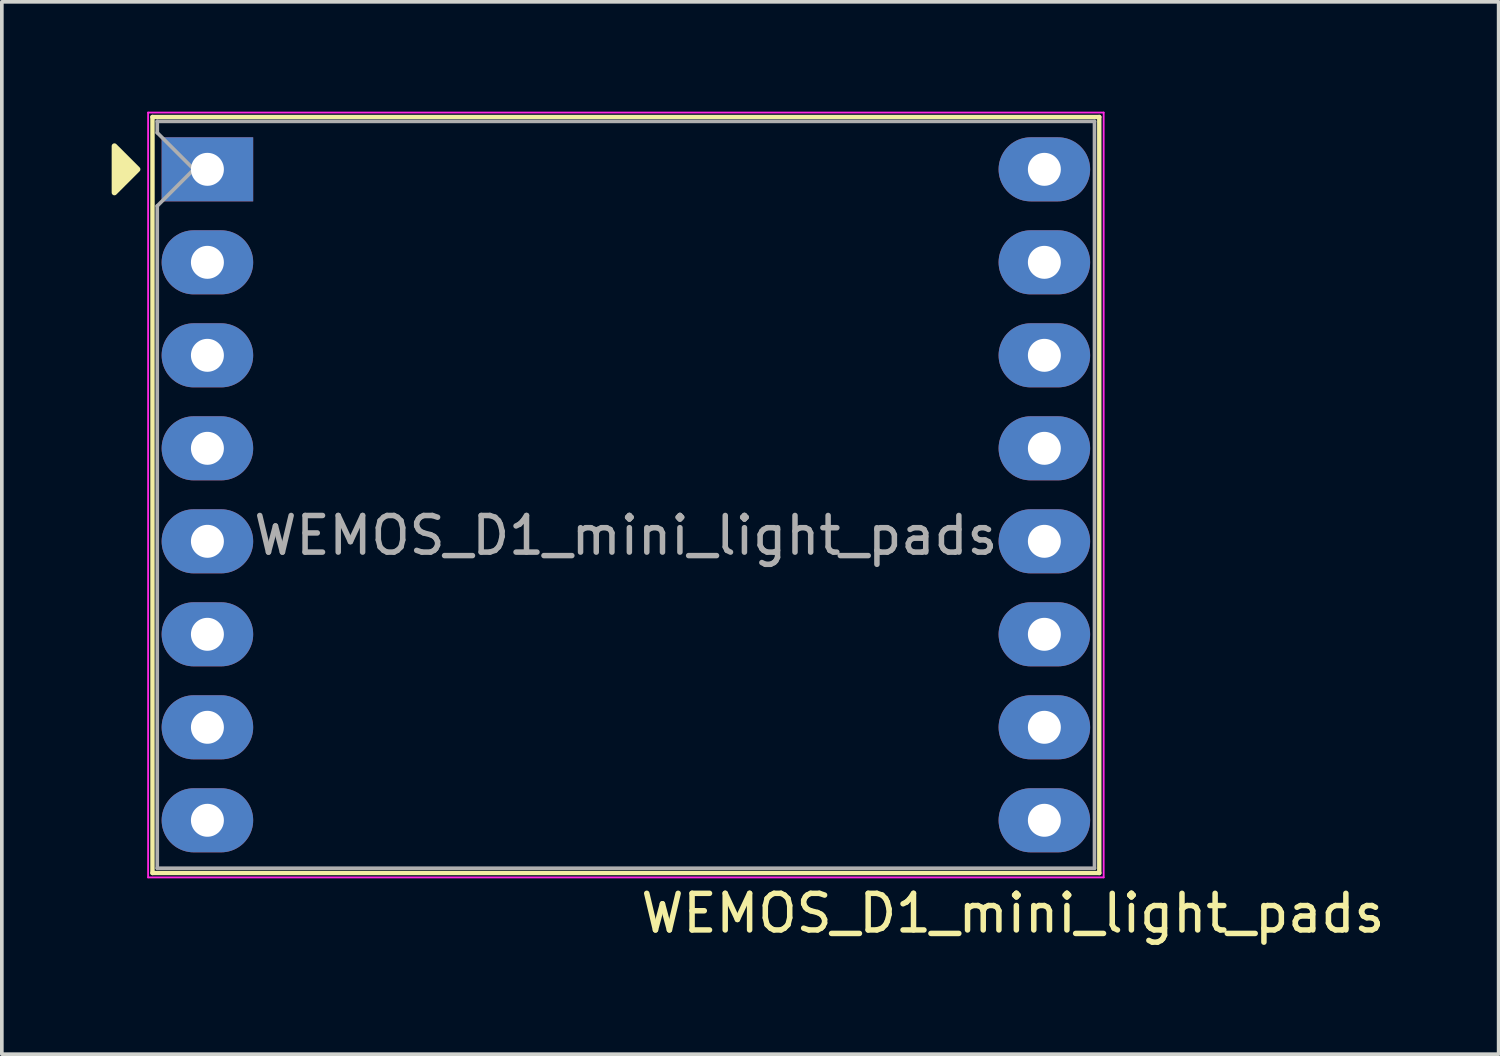
<source format=kicad_pcb>
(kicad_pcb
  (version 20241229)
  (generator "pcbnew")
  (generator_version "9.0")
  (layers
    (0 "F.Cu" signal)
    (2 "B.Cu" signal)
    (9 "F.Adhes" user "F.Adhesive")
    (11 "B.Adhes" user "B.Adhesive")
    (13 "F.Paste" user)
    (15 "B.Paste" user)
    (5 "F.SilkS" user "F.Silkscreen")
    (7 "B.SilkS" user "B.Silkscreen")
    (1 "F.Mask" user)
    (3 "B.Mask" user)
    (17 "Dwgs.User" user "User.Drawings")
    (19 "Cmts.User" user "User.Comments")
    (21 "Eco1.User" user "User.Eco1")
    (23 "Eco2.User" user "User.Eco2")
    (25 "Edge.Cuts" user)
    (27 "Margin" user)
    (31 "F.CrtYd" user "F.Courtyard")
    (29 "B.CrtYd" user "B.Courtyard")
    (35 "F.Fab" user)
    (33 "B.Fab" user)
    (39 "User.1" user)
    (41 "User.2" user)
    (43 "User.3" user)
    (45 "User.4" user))
  (footprint "WEMOS_D1_mini_light_pads"
    (layer "F.Cu")
    (at 2.615 1.575)
    (property "Reference" "WEMOS_D1_mini_light_pads" (at 22 20.32 0) (layer "F.SilkS") (effects (font (size 1 1) (thickness 0.15))))
    (attr through_hole)
    (fp_line (start -1.5 19.22) (end -1.5 -1.43) (stroke (width 0.12) (type solid)) (layer "F.SilkS"))
    (fp_line (start -1.5 19.22) (end 24.36 19.22) (stroke (width 0.12) (type solid)) (layer "F.SilkS"))
    (fp_line (start 24.36 -1.43) (end -1.5 -1.43) (stroke (width 0.12) (type solid)) (layer "F.SilkS"))
    (fp_line (start 24.36 19.22) (end 24.36 -1.43) (stroke (width 0.12) (type solid)) (layer "F.SilkS"))
    (fp_poly (pts (xy -2.54 -0.635) (xy -2.54 0.635) (xy -1.905 0)) (stroke (width 0.15) (type solid)) (fill yes) (layer "F.SilkS"))
    (fp_line (start -1.62 -1.55) (end 24.48 -1.55) (stroke (width 0.05) (type solid)) (layer "F.CrtYd"))
    (fp_line (start -1.62 19.34) (end -1.62 -1.55) (stroke (width 0.05) (type solid)) (layer "F.CrtYd"))
    (fp_line (start 24.48 -1.55) (end 24.48 19.34) (stroke (width 0.05) (type solid)) (layer "F.CrtYd"))
    (fp_line (start 24.48 19.34) (end -1.62 19.34) (stroke (width 0.05) (type solid)) (layer "F.CrtYd"))
    (fp_line (start -1.37 -1.31) (end -1.37 -1) (stroke (width 0.1) (type solid)) (layer "F.Fab"))
    (fp_line (start -1.37 1) (end -1.37 19.09) (stroke (width 0.1) (type solid)) (layer "F.Fab"))
    (fp_line (start -1.37 1) (end -0.37 0) (stroke (width 0.1) (type solid)) (layer "F.Fab"))
    (fp_line (start -1.37 19.09) (end 24.23 19.09) (stroke (width 0.1) (type solid)) (layer "F.Fab"))
    (fp_line (start -0.37 0) (end -1.37 -1) (stroke (width 0.1) (type solid)) (layer "F.Fab"))
    (fp_line (start 24.23 -1.31) (end -1.37 -1.31) (stroke (width 0.1) (type solid)) (layer "F.Fab"))
    (fp_line (start 24.23 19.09) (end 24.23 -1.31) (stroke (width 0.1) (type solid)) (layer "F.Fab"))
    (fp_text user "${REFERENCE}" (at 11.43 10 0) (layer "F.Fab") (effects (font (size 1 1) (thickness 0.15))))
    (pad "1" thru_hole rect (at 0 0) (size 2.5 1.75) (drill 0.9) (layers "*.Cu" "*.Mask"))
    (pad "2" thru_hole oval (at 0 2.54) (size 2.5 1.75) (drill 0.9) (layers "*.Cu" "*.Mask"))
    (pad "3" thru_hole oval (at 0 5.08) (size 2.5 1.75) (drill 0.9) (layers "*.Cu" "*.Mask"))
    (pad "4" thru_hole oval (at 0 7.62) (size 2.5 1.75) (drill 0.9) (layers "*.Cu" "*.Mask"))
    (pad "5" thru_hole oval (at 0 10.16) (size 2.5 1.75) (drill 0.9) (layers "*.Cu" "*.Mask"))
    (pad "6" thru_hole oval (at 0 12.7) (size 2.5 1.75) (drill 0.9) (layers "*.Cu" "*.Mask"))
    (pad "7" thru_hole oval (at 0 15.24) (size 2.5 1.75) (drill 0.9) (layers "*.Cu" "*.Mask"))
    (pad "8" thru_hole oval (at 0 17.78) (size 2.5 1.75) (drill 0.9) (layers "*.Cu" "*.Mask"))
    (pad "9" thru_hole oval (at 22.86 17.78) (size 2.5 1.75) (drill 0.9) (layers "*.Cu" "*.Mask"))
    (pad "10" thru_hole oval (at 22.86 15.24) (size 2.5 1.75) (drill 0.9) (layers "*.Cu" "*.Mask"))
    (pad "11" thru_hole oval (at 22.86 12.7) (size 2.5 1.75) (drill 0.9) (layers "*.Cu" "*.Mask"))
    (pad "12" thru_hole oval (at 22.86 10.16) (size 2.5 1.75) (drill 0.9) (layers "*.Cu" "*.Mask"))
    (pad "13" thru_hole oval (at 22.86 7.62) (size 2.5 1.75) (drill 0.9) (layers "*.Cu" "*.Mask"))
    (pad "14" thru_hole oval (at 22.86 5.08) (size 2.5 1.75) (drill 0.9) (layers "*.Cu" "*.Mask"))
    (pad "15" thru_hole oval (at 22.86 2.54) (size 2.5 1.75) (drill 0.9) (layers "*.Cu" "*.Mask"))
    (pad "16" thru_hole oval (at 22.86 0) (size 2.5 1.75) (drill 0.9) (layers "*.Cu" "*.Mask")))
  (gr_rect
    (start -3 -3)
    (end 37.883 25.743)
    (stroke (width 0.1) (type default))
    (fill no)
    (layer "Edge.Cuts")))
</source>
